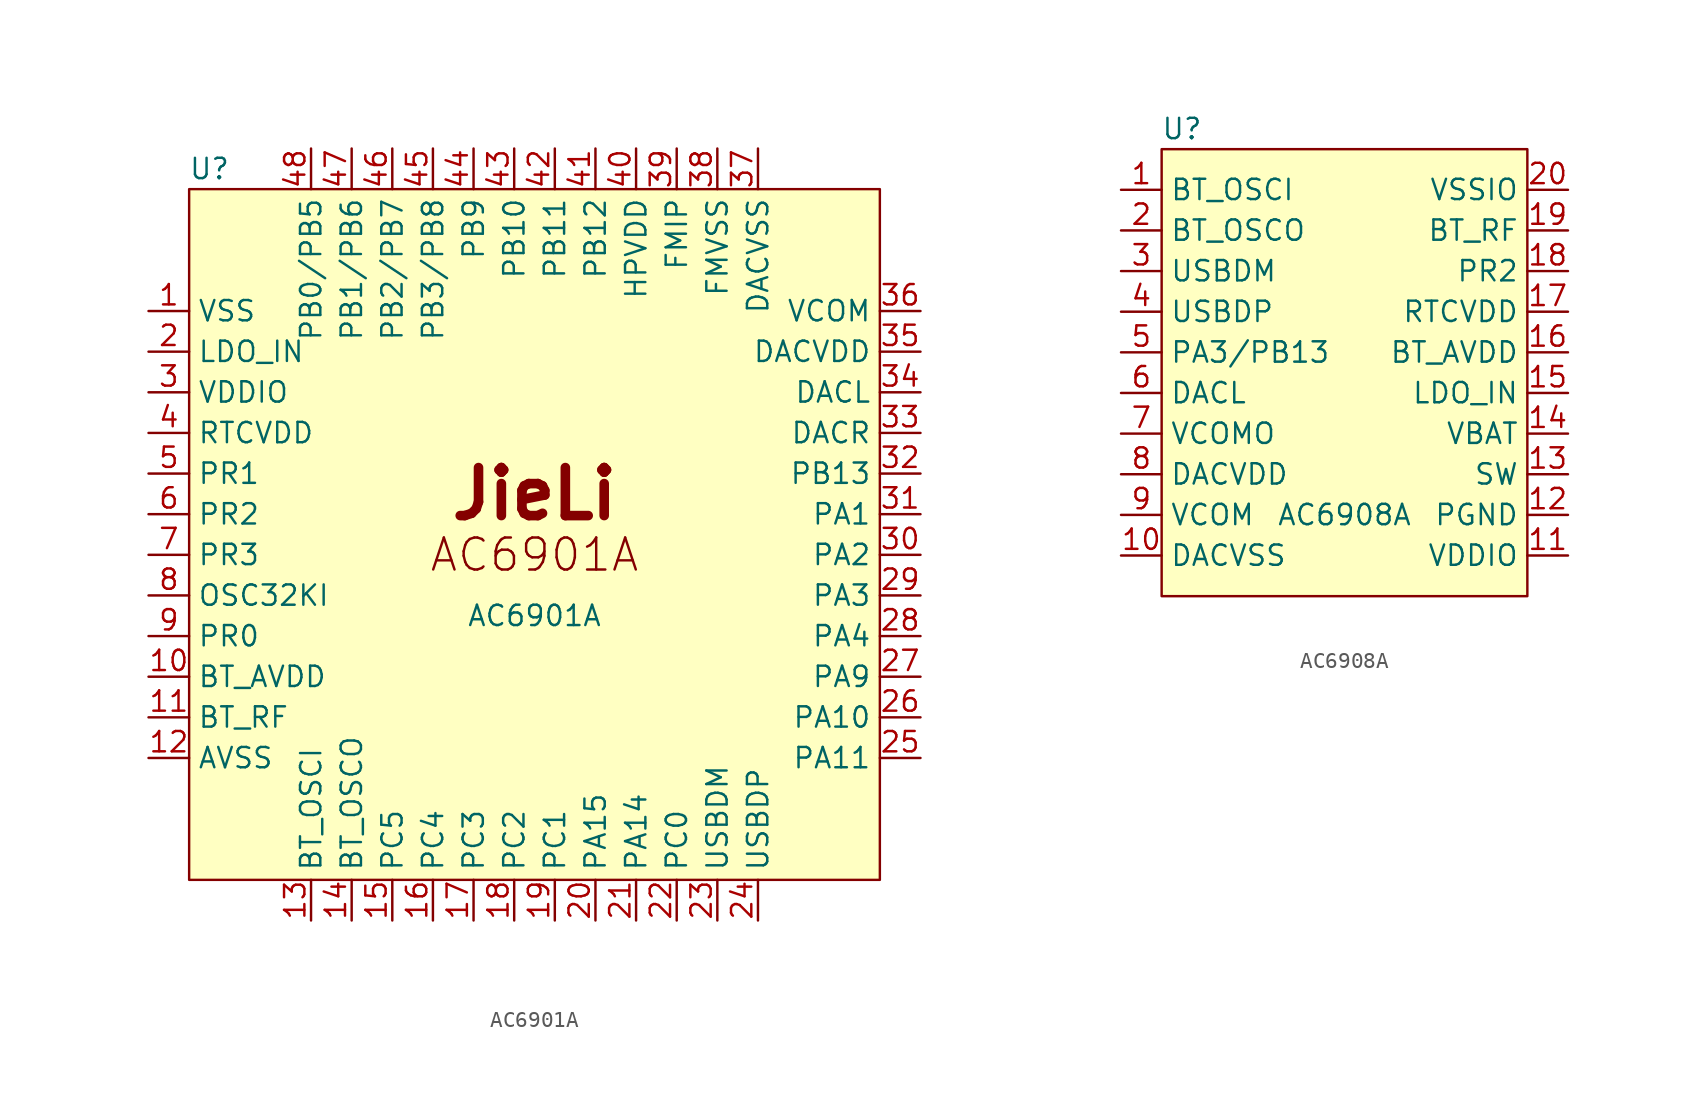
<source format=kicad_sym>
(kicad_symbol_lib
  (version 20211014)
  (generator kicad_symbol_editor)
  (symbol "AC6901A"
    (property "Reference" "U"
      (at -20.32 22.86 0)
      (effects (font (size 1.27 1.27))))
    (property "Value" "AC6901A"
      (at 0 -5.08 0)
      (effects (font (size 1.27 1.27))))
    (symbol "AC6901A_0_0"
      (rectangle (start -21.59 21.59) (end 21.59 -21.59) (stroke (width 0.152) (type default) (color 0 0 0 0)) (fill (type background)))
      (text "AC6901A" (at 0 -1.27 0) (effects (font (size 2 2))))
      (text "JieLi" (at 0 2.54 0) (effects (font (size 3 3) bold))))
    (symbol "AC6901A_1_1"
      (pin power_in line (at -24.13 13.97 0) (length 2.54) (name "VSS" (effects (font (size 1.27 1.27)))) (number "1" (effects (font (size 1.27 1.27)))))
      (pin power_out line (at -24.13 -8.89 0) (length 2.54) (name "BT_AVDD" (effects (font (size 1.27 1.27)))) (number "10" (effects (font (size 1.27 1.27)))))
      (pin passive line (at -24.13 -11.43 0) (length 2.54) (name "BT_RF" (effects (font (size 1.27 1.27)))) (number "11" (effects (font (size 1.27 1.27)))))
      (pin power_in line (at -24.13 -13.97 0) (length 2.54) (name "AVSS" (effects (font (size 1.27 1.27)))) (number "12" (effects (font (size 1.27 1.27)))))
      (pin input line (at -13.97 -24.13 90) (length 2.54) (name "BT_OSCI" (effects (font (size 1.27 1.27)))) (number "13" (effects (font (size 1.27 1.27)))))
      (pin output line (at -11.43 -24.13 90) (length 2.54) (name "BT_OSCO" (effects (font (size 1.27 1.27)))) (number "14" (effects (font (size 1.27 1.27)))))
      (pin bidirectional line (at -8.89 -24.13 90) (length 2.54) (name "PC5" (effects (font (size 1.27 1.27)))) (number "15" (effects (font (size 1.27 1.27)))))
      (pin bidirectional line (at -6.35 -24.13 90) (length 2.54) (name "PC4" (effects (font (size 1.27 1.27)))) (number "16" (effects (font (size 1.27 1.27)))))
      (pin bidirectional line (at -3.81 -24.13 90) (length 2.54) (name "PC3" (effects (font (size 1.27 1.27)))) (number "17" (effects (font (size 1.27 1.27)))))
      (pin bidirectional line (at -1.27 -24.13 90) (length 2.54) (name "PC2" (effects (font (size 1.27 1.27)))) (number "18" (effects (font (size 1.27 1.27)))))
      (pin bidirectional line (at 1.27 -24.13 90) (length 2.54) (name "PC1" (effects (font (size 1.27 1.27)))) (number "19" (effects (font (size 1.27 1.27)))))
      (pin power_in line (at -24.13 11.43 0) (length 2.54) (name "LDO_IN" (effects (font (size 1.27 1.27)))) (number "2" (effects (font (size 1.27 1.27)))))
      (pin bidirectional line (at 3.81 -24.13 90) (length 2.54) (name "PA15" (effects (font (size 1.27 1.27)))) (number "20" (effects (font (size 1.27 1.27)))))
      (pin bidirectional line (at 6.35 -24.13 90) (length 2.54) (name "PA14" (effects (font (size 1.27 1.27)))) (number "21" (effects (font (size 1.27 1.27)))))
      (pin bidirectional line (at 8.89 -24.13 90) (length 2.54) (name "PC0" (effects (font (size 1.27 1.27)))) (number "22" (effects (font (size 1.27 1.27)))))
      (pin bidirectional line (at 11.43 -24.13 90) (length 2.54) (name "USBDM" (effects (font (size 1.27 1.27)))) (number "23" (effects (font (size 1.27 1.27)))))
      (pin bidirectional line (at 13.97 -24.13 90) (length 2.54) (name "USBDP" (effects (font (size 1.27 1.27)))) (number "24" (effects (font (size 1.27 1.27)))))
      (pin bidirectional line (at 24.13 -13.97 180) (length 2.54) (name "PA11" (effects (font (size 1.27 1.27)))) (number "25" (effects (font (size 1.27 1.27)))))
      (pin bidirectional line (at 24.13 -11.43 180) (length 2.54) (name "PA10" (effects (font (size 1.27 1.27)))) (number "26" (effects (font (size 1.27 1.27)))))
      (pin bidirectional line (at 24.13 -8.89 180) (length 2.54) (name "PA9" (effects (font (size 1.27 1.27)))) (number "27" (effects (font (size 1.27 1.27)))))
      (pin bidirectional line (at 24.13 -6.35 180) (length 2.54) (name "PA4" (effects (font (size 1.27 1.27)))) (number "28" (effects (font (size 1.27 1.27)))))
      (pin bidirectional line (at 24.13 -3.81 180) (length 2.54) (name "PA3" (effects (font (size 1.27 1.27)))) (number "29" (effects (font (size 1.27 1.27)))))
      (pin power_out line (at -24.13 8.89 0) (length 2.54) (name "VDDIO" (effects (font (size 1.27 1.27)))) (number "3" (effects (font (size 1.27 1.27)))))
      (pin bidirectional line (at 24.13 -1.27 180) (length 2.54) (name "PA2" (effects (font (size 1.27 1.27)))) (number "30" (effects (font (size 1.27 1.27)))))
      (pin bidirectional line (at 24.13 1.27 180) (length 2.54) (name "PA1" (effects (font (size 1.27 1.27)))) (number "31" (effects (font (size 1.27 1.27)))))
      (pin bidirectional line (at 24.13 3.81 180) (length 2.54) (name "PB13" (effects (font (size 1.27 1.27)))) (number "32" (effects (font (size 1.27 1.27)))))
      (pin output line (at 24.13 6.35 180) (length 2.54) (name "DACR" (effects (font (size 1.27 1.27)))) (number "33" (effects (font (size 1.27 1.27)))))
      (pin output line (at 24.13 8.89 180) (length 2.54) (name "DACL" (effects (font (size 1.27 1.27)))) (number "34" (effects (font (size 1.27 1.27)))))
      (pin power_out line (at 24.13 11.43 180) (length 2.54) (name "DACVDD" (effects (font (size 1.27 1.27)))) (number "35" (effects (font (size 1.27 1.27)))))
      (pin power_out line (at 24.13 13.97 180) (length 2.54) (name "VCOM" (effects (font (size 1.27 1.27)))) (number "36" (effects (font (size 1.27 1.27)))))
      (pin power_in line (at 13.97 24.13 270) (length 2.54) (name "DACVSS" (effects (font (size 1.27 1.27)))) (number "37" (effects (font (size 1.27 1.27)))))
      (pin power_in line (at 11.43 24.13 270) (length 2.54) (name "FMVSS" (effects (font (size 1.27 1.27)))) (number "38" (effects (font (size 1.27 1.27)))))
      (pin input line (at 8.89 24.13 270) (length 2.54) (name "FMIP" (effects (font (size 1.27 1.27)))) (number "39" (effects (font (size 1.27 1.27)))))
      (pin power_out line (at -24.13 6.35 0) (length 2.54) (name "RTCVDD" (effects (font (size 1.27 1.27)))) (number "4" (effects (font (size 1.27 1.27)))))
      (pin power_out line (at 6.35 24.13 270) (length 2.54) (name "HPVDD" (effects (font (size 1.27 1.27)))) (number "40" (effects (font (size 1.27 1.27)))))
      (pin bidirectional line (at 3.81 24.13 270) (length 2.54) (name "PB12" (effects (font (size 1.27 1.27)))) (number "41" (effects (font (size 1.27 1.27)))))
      (pin bidirectional line (at 1.27 24.13 270) (length 2.54) (name "PB11" (effects (font (size 1.27 1.27)))) (number "42" (effects (font (size 1.27 1.27)))))
      (pin bidirectional line (at -1.27 24.13 270) (length 2.54) (name "PB10" (effects (font (size 1.27 1.27)))) (number "43" (effects (font (size 1.27 1.27)))))
      (pin bidirectional line (at -3.81 24.13 270) (length 2.54) (name "PB9" (effects (font (size 1.27 1.27)))) (number "44" (effects (font (size 1.27 1.27)))))
      (pin bidirectional line (at -6.35 24.13 270) (length 2.54) (name "PB3/PB8" (effects (font (size 1.27 1.27)))) (number "45" (effects (font (size 1.27 1.27)))))
      (pin bidirectional line (at -8.89 24.13 270) (length 2.54) (name "PB2/PB7" (effects (font (size 1.27 1.27)))) (number "46" (effects (font (size 1.27 1.27)))))
      (pin bidirectional line (at -11.43 24.13 270) (length 2.54) (name "PB1/PB6" (effects (font (size 1.27 1.27)))) (number "47" (effects (font (size 1.27 1.27)))))
      (pin bidirectional line (at -13.97 24.13 270) (length 2.54) (name "PB0/PB5" (effects (font (size 1.27 1.27)))) (number "48" (effects (font (size 1.27 1.27)))))
      (pin bidirectional line (at -24.13 3.81 0) (length 2.54) (name "PR1" (effects (font (size 1.27 1.27)))) (number "5" (effects (font (size 1.27 1.27)))))
      (pin bidirectional line (at -24.13 1.27 0) (length 2.54) (name "PR2" (effects (font (size 1.27 1.27)))) (number "6" (effects (font (size 1.27 1.27)))))
      (pin bidirectional line (at -24.13 -1.27 0) (length 2.54) (name "PR3" (effects (font (size 1.27 1.27)))) (number "7" (effects (font (size 1.27 1.27)))))
      (pin bidirectional line (at -24.13 -3.81 0) (length 2.54) (name "OSC32KI" (effects (font (size 1.27 1.27)))) (number "8" (effects (font (size 1.27 1.27)))))
      (pin bidirectional line (at -24.13 -6.35 0) (length 2.54) (name "PR0" (effects (font (size 1.27 1.27)))) (number "9" (effects (font (size 1.27 1.27)))))))
  (symbol "AC6908A"
    (property "Reference" "U"
      (at -10.16 15.24 0)
      (effects (font (size 1.27 1.27))))
    (property "Value" "AC6908A"
      (at 0 -8.89 0)
      (effects (font (size 1.27 1.27))))
    (symbol "AC6908A_0_0"
      (rectangle (start -11.43 13.97) (end 11.43 -13.97) (stroke (width 0.152) (type default) (color 0 0 0 0)) (fill (type background))))
    (symbol "AC6908A_1_1"
      (pin input line (at -13.97 11.43 0) (length 2.54) (name "BT_OSCI" (effects (font (size 1.27 1.27)))) (number "1" (effects (font (size 1.27 1.27)))))
      (pin power_in line (at -13.97 -11.43 0) (length 2.54) (name "DACVSS" (effects (font (size 1.27 1.27)))) (number "10" (effects (font (size 1.27 1.27)))))
      (pin power_out line (at 13.97 -11.43 180) (length 2.54) (name "VDDIO" (effects (font (size 1.27 1.27)))) (number "11" (effects (font (size 1.27 1.27)))))
      (pin power_in line (at 13.97 -8.89 180) (length 2.54) (name "PGND" (effects (font (size 1.27 1.27)))) (number "12" (effects (font (size 1.27 1.27)))))
      (pin power_out line (at 13.97 -6.35 180) (length 2.54) (name "SW" (effects (font (size 1.27 1.27)))) (number "13" (effects (font (size 1.27 1.27)))))
      (pin power_in line (at 13.97 -3.81 180) (length 2.54) (name "VBAT" (effects (font (size 1.27 1.27)))) (number "14" (effects (font (size 1.27 1.27)))))
      (pin power_in line (at 13.97 -1.27 180) (length 2.54) (name "LDO_IN" (effects (font (size 1.27 1.27)))) (number "15" (effects (font (size 1.27 1.27)))))
      (pin power_out line (at 13.97 1.27 180) (length 2.54) (name "BT_AVDD" (effects (font (size 1.27 1.27)))) (number "16" (effects (font (size 1.27 1.27)))))
      (pin power_out line (at 13.97 3.81 180) (length 2.54) (name "RTCVDD" (effects (font (size 1.27 1.27)))) (number "17" (effects (font (size 1.27 1.27)))))
      (pin bidirectional line (at 13.97 6.35 180) (length 2.54) (name "PR2" (effects (font (size 1.27 1.27)))) (number "18" (effects (font (size 1.27 1.27)))))
      (pin passive line (at 13.97 8.89 180) (length 2.54) (name "BT_RF" (effects (font (size 1.27 1.27)))) (number "19" (effects (font (size 1.27 1.27)))))
      (pin output line (at -13.97 8.89 0) (length 2.54) (name "BT_OSCO" (effects (font (size 1.27 1.27)))) (number "2" (effects (font (size 1.27 1.27)))))
      (pin power_in line (at 13.97 11.43 180) (length 2.54) (name "VSSIO" (effects (font (size 1.27 1.27)))) (number "20" (effects (font (size 1.27 1.27)))))
      (pin bidirectional line (at -13.97 6.35 0) (length 2.54) (name "USBDM" (effects (font (size 1.27 1.27)))) (number "3" (effects (font (size 1.27 1.27)))))
      (pin bidirectional line (at -13.97 3.81 0) (length 2.54) (name "USBDP" (effects (font (size 1.27 1.27)))) (number "4" (effects (font (size 1.27 1.27)))))
      (pin bidirectional line (at -13.97 1.27 0) (length 2.54) (name "PA3/PB13" (effects (font (size 1.27 1.27)))) (number "5" (effects (font (size 1.27 1.27)))))
      (pin output line (at -13.97 -1.27 0) (length 2.54) (name "DACL" (effects (font (size 1.27 1.27)))) (number "6" (effects (font (size 1.27 1.27)))))
      (pin output line (at -13.97 -3.81 0) (length 2.54) (name "VCOMO" (effects (font (size 1.27 1.27)))) (number "7" (effects (font (size 1.27 1.27)))))
      (pin power_out line (at -13.97 -6.35 0) (length 2.54) (name "DACVDD" (effects (font (size 1.27 1.27)))) (number "8" (effects (font (size 1.27 1.27)))))
      (pin power_out line (at -13.97 -8.89 0) (length 2.54) (name "VCOM" (effects (font (size 1.27 1.27)))) (number "9" (effects (font (size 1.27 1.27))))))))
</source>
